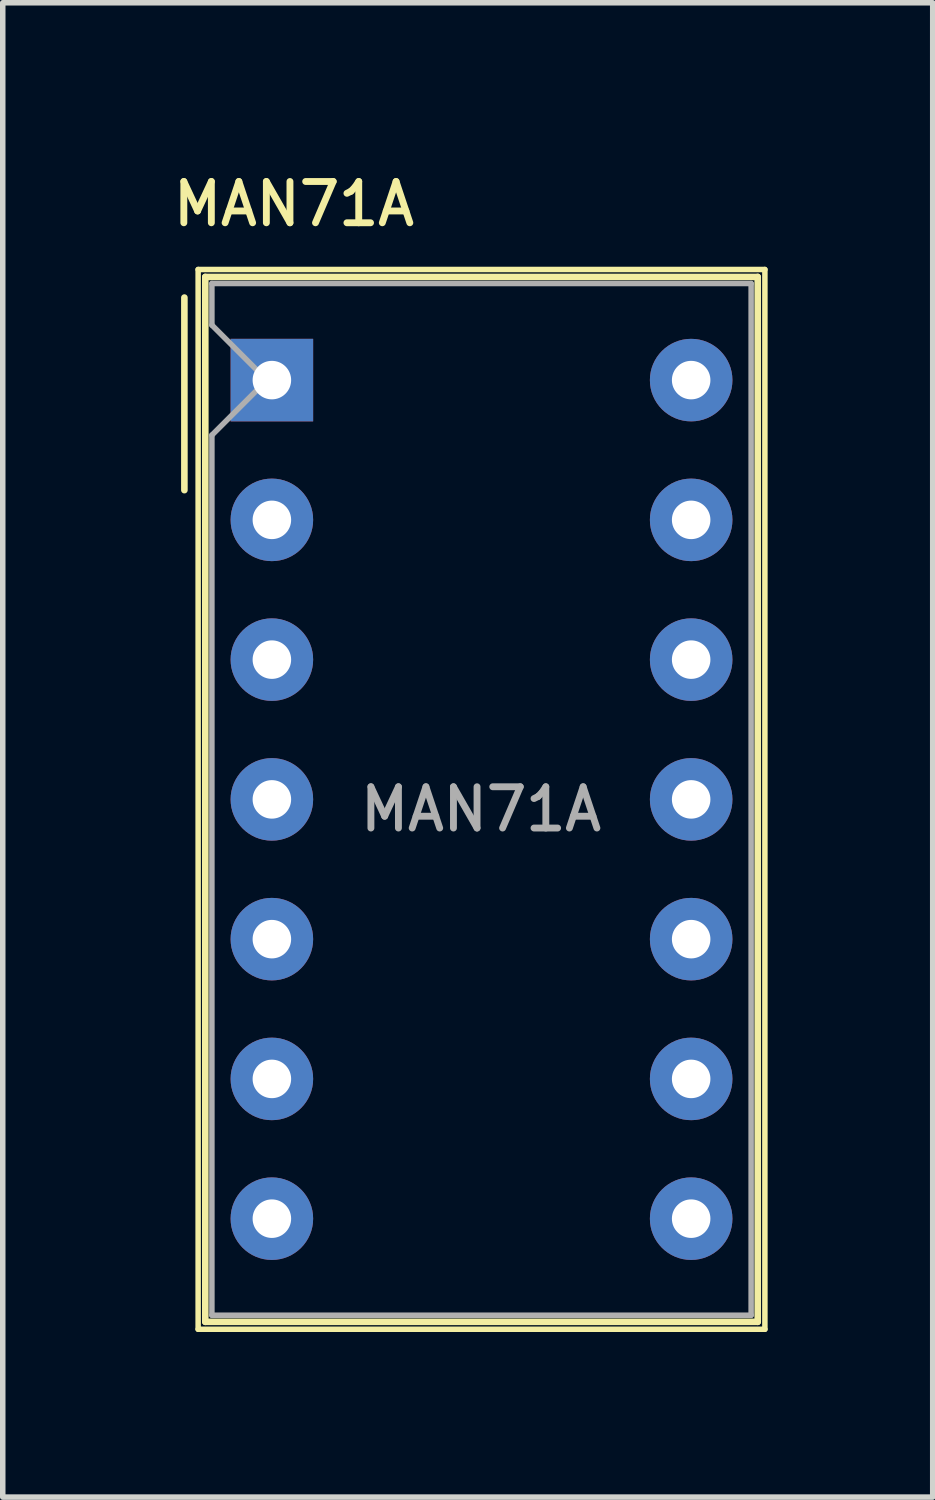
<source format=kicad_pcb>
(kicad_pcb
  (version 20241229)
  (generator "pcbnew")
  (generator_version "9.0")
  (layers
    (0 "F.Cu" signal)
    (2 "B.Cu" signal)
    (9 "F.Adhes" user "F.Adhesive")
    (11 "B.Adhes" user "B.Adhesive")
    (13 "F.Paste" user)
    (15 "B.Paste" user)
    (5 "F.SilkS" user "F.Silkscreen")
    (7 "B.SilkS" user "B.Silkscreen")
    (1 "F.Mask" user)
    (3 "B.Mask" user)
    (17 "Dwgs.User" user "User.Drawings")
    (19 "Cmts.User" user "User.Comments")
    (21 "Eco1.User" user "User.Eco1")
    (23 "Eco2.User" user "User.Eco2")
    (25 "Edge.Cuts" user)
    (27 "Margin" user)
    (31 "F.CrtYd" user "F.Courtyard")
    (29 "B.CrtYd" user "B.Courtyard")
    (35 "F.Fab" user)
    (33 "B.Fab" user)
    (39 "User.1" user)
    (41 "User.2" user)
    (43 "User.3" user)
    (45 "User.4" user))
  (footprint "MAN71A"
    (layer "F.Cu")
    (at 1.891 3.858)
    (property "Reference" "MAN71A" (at 0.4 -3.2 0) (layer "F.SilkS") (effects (font (size 0.75 0.75) (thickness 0.125))))
    (attr through_hole)
    (fp_line (start -1.59 -1.5) (end -1.59 2) (stroke (width 0.12) (type solid)) (layer "F.SilkS"))
    (fp_line (start -1.34 -2.01) (end 8.96 -2.01) (stroke (width 0.1) (type solid)) (layer "F.SilkS"))
    (fp_line (start -1.34 17.25) (end -1.34 -2.01) (stroke (width 0.1) (type solid)) (layer "F.SilkS"))
    (fp_line (start -1.21 -1.875) (end 8.83 -1.875) (stroke (width 0.12) (type solid)) (layer "F.SilkS"))
    (fp_line (start -1.21 17.115) (end -1.21 -1.875) (stroke (width 0.12) (type solid)) (layer "F.SilkS"))
    (fp_line (start 8.83 -1.875) (end 8.83 17.115) (stroke (width 0.12) (type solid)) (layer "F.SilkS"))
    (fp_line (start 8.83 17.115) (end -1.21 17.115) (stroke (width 0.12) (type solid)) (layer "F.SilkS"))
    (fp_line (start 8.96 -2.01) (end 8.96 17.25) (stroke (width 0.1) (type solid)) (layer "F.SilkS"))
    (fp_line (start 8.96 17.25) (end -1.34 17.25) (stroke (width 0.1) (type solid)) (layer "F.SilkS"))
    (fp_line (start -1.09 -1.755) (end 8.71 -1.755) (stroke (width 0.1) (type solid)) (layer "F.Fab"))
    (fp_line (start -1.09 -1) (end -1.09 -1.755) (stroke (width 0.1) (type solid)) (layer "F.Fab"))
    (fp_line (start -1.09 1) (end -0.09 0) (stroke (width 0.1) (type solid)) (layer "F.Fab"))
    (fp_line (start -1.09 16.995) (end -1.09 1) (stroke (width 0.1) (type solid)) (layer "F.Fab"))
    (fp_line (start -0.09 0) (end -1.09 -1) (stroke (width 0.1) (type solid)) (layer "F.Fab"))
    (fp_line (start 8.71 -1.755) (end 8.71 16.995) (stroke (width 0.1) (type solid)) (layer "F.Fab"))
    (fp_line (start 8.71 16.995) (end -1.09 16.995) (stroke (width 0.1) (type solid)) (layer "F.Fab"))
    (fp_text user "${REFERENCE}" (at 3.8 7.8 0) (layer "F.Fab") (effects (font (size 0.75 0.75) (thickness 0.125))))
    (pad "1" thru_hole rect (at 0 0) (size 1.5 1.5) (drill 0.7) (layers "*.Cu" "*.Mask"))
    (pad "2" thru_hole circle (at 0 2.54) (size 1.5 1.5) (drill 0.7) (layers "*.Cu" "*.Mask"))
    (pad "3" thru_hole circle (at 0 5.08) (size 1.5 1.5) (drill 0.7) (layers "*.Cu" "*.Mask"))
    (pad "4" thru_hole circle (at 0 7.62) (size 1.5 1.5) (drill 0.7) (layers "*.Cu" "*.Mask"))
    (pad "5" thru_hole circle (at 0 10.16) (size 1.5 1.5) (drill 0.7) (layers "*.Cu" "*.Mask"))
    (pad "6" thru_hole circle (at 0 12.7) (size 1.5 1.5) (drill 0.7) (layers "*.Cu" "*.Mask"))
    (pad "7" thru_hole circle (at 0 15.24) (size 1.5 1.5) (drill 0.7) (layers "*.Cu" "*.Mask"))
    (pad "8" thru_hole circle (at 7.62 15.24) (size 1.5 1.5) (drill 0.7) (layers "*.Cu" "*.Mask"))
    (pad "9" thru_hole circle (at 7.62 12.7) (size 1.5 1.5) (drill 0.7) (layers "*.Cu" "*.Mask"))
    (pad "10" thru_hole circle (at 7.62 10.16) (size 1.5 1.5) (drill 0.7) (layers "*.Cu" "*.Mask"))
    (pad "11" thru_hole circle (at 7.62 7.62) (size 1.5 1.5) (drill 0.7) (layers "*.Cu" "*.Mask"))
    (pad "12" thru_hole circle (at 7.62 5.08) (size 1.5 1.5) (drill 0.7) (layers "*.Cu" "*.Mask"))
    (pad "13" thru_hole circle (at 7.62 2.54) (size 1.5 1.5) (drill 0.7) (layers "*.Cu" "*.Mask"))
    (pad "14" thru_hole circle (at 7.62 0) (size 1.5 1.5) (drill 0.7) (layers "*.Cu" "*.Mask")))
  (gr_rect
    (start -3 -3)
    (end 13.901 24.158)
    (stroke (width 0.1) (type default))
    (fill no)
    (layer "Edge.Cuts")))
</source>
